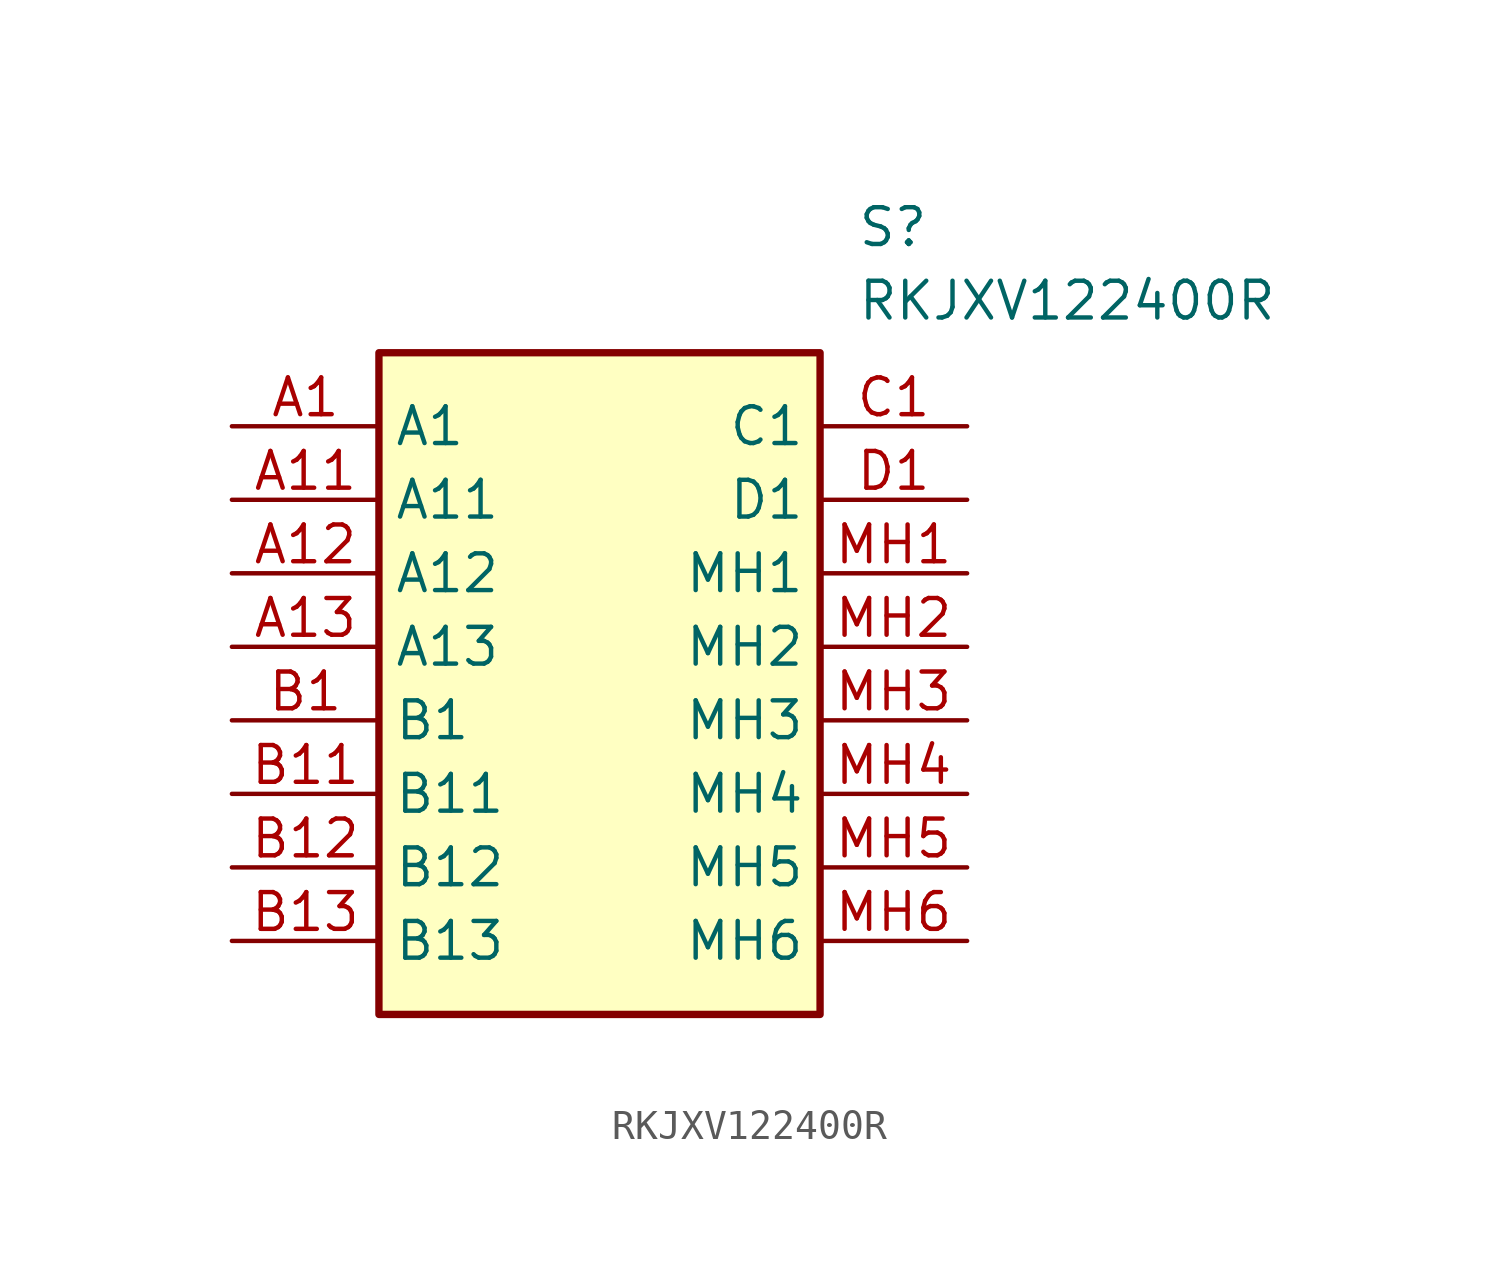
<source format=kicad_sym>
(kicad_symbol_lib
  (version 20211014)
  (generator SamacSys_ECAD_Model)
  (symbol "RKJXV122400R"
    (property "Reference" "S"
      (at 21.59 7.62 0)
      (effects (font (size 1.27 1.27)) (justify left top)))
    (property "Value" "RKJXV122400R"
      (at 21.59 5.08 0)
      (effects (font (size 1.27 1.27)) (justify left top)))
    (rectangle
      (start 5.08 2.54)
      (end 20.32 -20.32)
      (stroke (width 0.254) (type default))
      (fill (type background)))
    (pin passive line
      (at 0 0 0)
      (length 5.08)
      (name "A1" (effects (font (size 1.27 1.27))))
      (number "A1" (effects (font (size 1.27 1.27)))))
    (pin passive line
      (at 0 -2.54 0)
      (length 5.08)
      (name "A11" (effects (font (size 1.27 1.27))))
      (number "A11" (effects (font (size 1.27 1.27)))))
    (pin passive line
      (at 0 -5.08 0)
      (length 5.08)
      (name "A12" (effects (font (size 1.27 1.27))))
      (number "A12" (effects (font (size 1.27 1.27)))))
    (pin passive line
      (at 0 -7.62 0)
      (length 5.08)
      (name "A13" (effects (font (size 1.27 1.27))))
      (number "A13" (effects (font (size 1.27 1.27)))))
    (pin passive line
      (at 0 -10.16 0)
      (length 5.08)
      (name "B1" (effects (font (size 1.27 1.27))))
      (number "B1" (effects (font (size 1.27 1.27)))))
    (pin passive line
      (at 0 -12.7 0)
      (length 5.08)
      (name "B11" (effects (font (size 1.27 1.27))))
      (number "B11" (effects (font (size 1.27 1.27)))))
    (pin passive line
      (at 0 -15.24 0)
      (length 5.08)
      (name "B12" (effects (font (size 1.27 1.27))))
      (number "B12" (effects (font (size 1.27 1.27)))))
    (pin passive line
      (at 0 -17.78 0)
      (length 5.08)
      (name "B13" (effects (font (size 1.27 1.27))))
      (number "B13" (effects (font (size 1.27 1.27)))))
    (pin passive line
      (at 25.4 0 180)
      (length 5.08)
      (name "C1" (effects (font (size 1.27 1.27))))
      (number "C1" (effects (font (size 1.27 1.27)))))
    (pin passive line
      (at 25.4 -2.54 180)
      (length 5.08)
      (name "D1" (effects (font (size 1.27 1.27))))
      (number "D1" (effects (font (size 1.27 1.27)))))
    (pin passive line
      (at 25.4 -5.08 180)
      (length 5.08)
      (name "MH1" (effects (font (size 1.27 1.27))))
      (number "MH1" (effects (font (size 1.27 1.27)))))
    (pin passive line
      (at 25.4 -7.62 180)
      (length 5.08)
      (name "MH2" (effects (font (size 1.27 1.27))))
      (number "MH2" (effects (font (size 1.27 1.27)))))
    (pin passive line
      (at 25.4 -10.16 180)
      (length 5.08)
      (name "MH3" (effects (font (size 1.27 1.27))))
      (number "MH3" (effects (font (size 1.27 1.27)))))
    (pin passive line
      (at 25.4 -12.7 180)
      (length 5.08)
      (name "MH4" (effects (font (size 1.27 1.27))))
      (number "MH4" (effects (font (size 1.27 1.27)))))
    (pin passive line
      (at 25.4 -15.24 180)
      (length 5.08)
      (name "MH5" (effects (font (size 1.27 1.27))))
      (number "MH5" (effects (font (size 1.27 1.27)))))
    (pin passive line
      (at 25.4 -17.78 180)
      (length 5.08)
      (name "MH6" (effects (font (size 1.27 1.27))))
      (number "MH6" (effects (font (size 1.27 1.27)))))))
</source>
